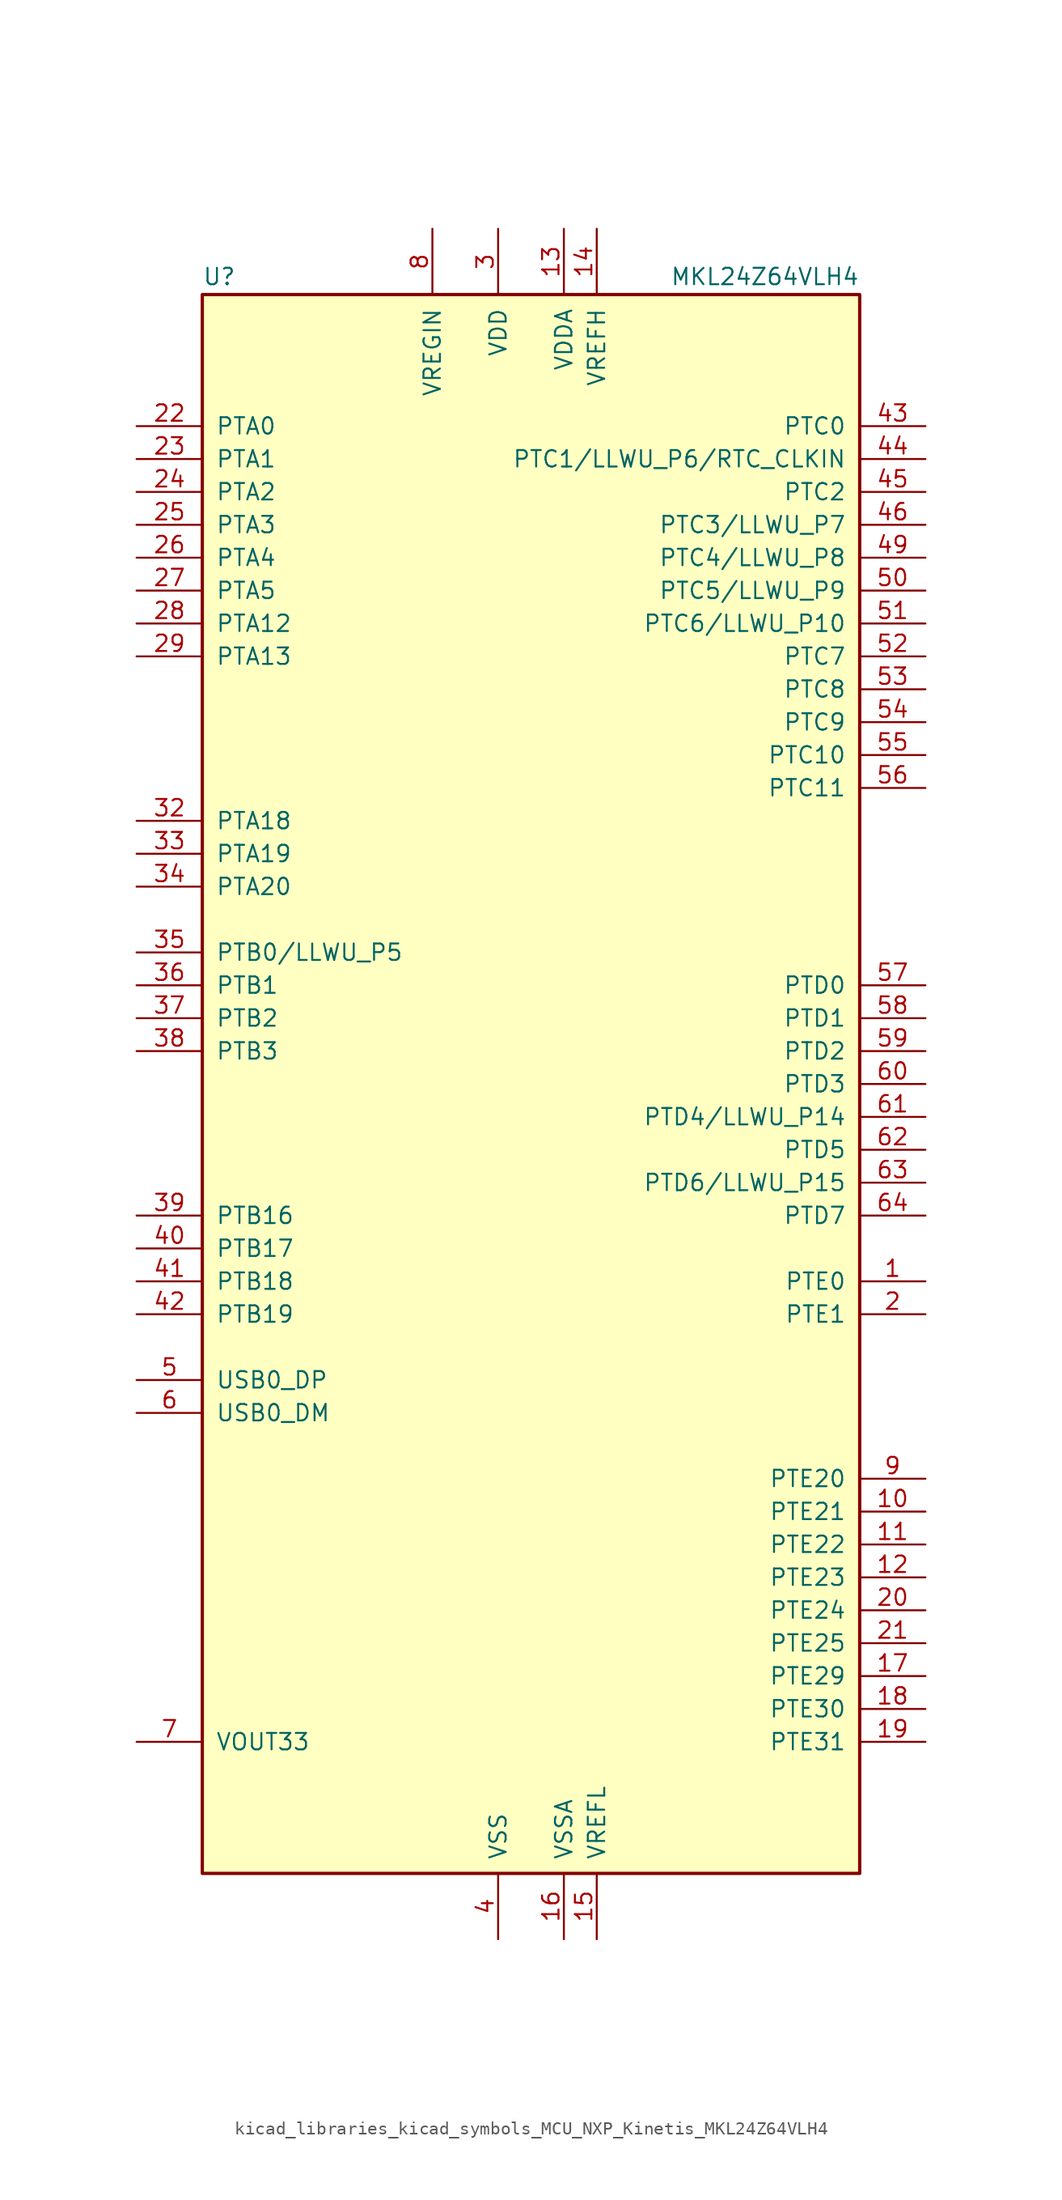
<source format=kicad_sym>
(kicad_symbol_lib
  (version 20220914)
  (generator kicad_symbol_editor)
  (symbol "kicad_libraries_kicad_symbols_MCU_NXP_Kinetis_MKL24Z64VLH4"
    (pin_names
      (offset 1.016))
    (property "Reference" "U"
      (at -25.4 61.595 0)
      (effects (font (size 1.27 1.27)) (justify left bottom)))
    (property "Value" "MKL24Z64VLH4"
      (at 25.4 61.595 0)
      (effects (font (size 1.27 1.27)) (justify right bottom)))
    (symbol "kicad_libraries_kicad_symbols_MCU_NXP_Kinetis_MKL24Z64VLH4_0_1"
      (rectangle (start -25.4 60.96) (end 25.4 -60.96) (stroke (width 0.254) (type default)) (fill (type background))))
    (symbol "kicad_libraries_kicad_symbols_MCU_NXP_Kinetis_MKL24Z64VLH4_1_1"
      (pin bidirectional line (at 30.48 -15.24 180) (length 5.08) (name "PTE0" (effects (font (size 1.27 1.27)))) (number "1" (effects (font (size 1.27 1.27)))))
      (pin bidirectional line (at 30.48 -33.02 180) (length 5.08) (name "PTE21" (effects (font (size 1.27 1.27)))) (number "10" (effects (font (size 1.27 1.27)))))
      (pin bidirectional line (at 30.48 -35.56 180) (length 5.08) (name "PTE22" (effects (font (size 1.27 1.27)))) (number "11" (effects (font (size 1.27 1.27)))))
      (pin bidirectional line (at 30.48 -38.1 180) (length 5.08) (name "PTE23" (effects (font (size 1.27 1.27)))) (number "12" (effects (font (size 1.27 1.27)))))
      (pin power_in line (at 2.54 66.04 270) (length 5.08) (name "VDDA" (effects (font (size 1.27 1.27)))) (number "13" (effects (font (size 1.27 1.27)))))
      (pin power_in line (at 5.08 66.04 270) (length 5.08) (name "VREFH" (effects (font (size 1.27 1.27)))) (number "14" (effects (font (size 1.27 1.27)))))
      (pin power_in line (at 5.08 -66.04 90) (length 5.08) (name "VREFL" (effects (font (size 1.27 1.27)))) (number "15" (effects (font (size 1.27 1.27)))))
      (pin power_in line (at 2.54 -66.04 90) (length 5.08) (name "VSSA" (effects (font (size 1.27 1.27)))) (number "16" (effects (font (size 1.27 1.27)))))
      (pin bidirectional line (at 30.48 -45.72 180) (length 5.08) (name "PTE29" (effects (font (size 1.27 1.27)))) (number "17" (effects (font (size 1.27 1.27)))))
      (pin bidirectional line (at 30.48 -48.26 180) (length 5.08) (name "PTE30" (effects (font (size 1.27 1.27)))) (number "18" (effects (font (size 1.27 1.27)))))
      (pin bidirectional line (at 30.48 -50.8 180) (length 5.08) (name "PTE31" (effects (font (size 1.27 1.27)))) (number "19" (effects (font (size 1.27 1.27)))))
      (pin bidirectional line (at 30.48 -17.78 180) (length 5.08) (name "PTE1" (effects (font (size 1.27 1.27)))) (number "2" (effects (font (size 1.27 1.27)))))
      (pin bidirectional line (at 30.48 -40.64 180) (length 5.08) (name "PTE24" (effects (font (size 1.27 1.27)))) (number "20" (effects (font (size 1.27 1.27)))))
      (pin bidirectional line (at 30.48 -43.18 180) (length 5.08) (name "PTE25" (effects (font (size 1.27 1.27)))) (number "21" (effects (font (size 1.27 1.27)))))
      (pin bidirectional line (at -30.48 50.8 0) (length 5.08) (name "PTA0" (effects (font (size 1.27 1.27)))) (number "22" (effects (font (size 1.27 1.27)))))
      (pin bidirectional line (at -30.48 48.26 0) (length 5.08) (name "PTA1" (effects (font (size 1.27 1.27)))) (number "23" (effects (font (size 1.27 1.27)))))
      (pin bidirectional line (at -30.48 45.72 0) (length 5.08) (name "PTA2" (effects (font (size 1.27 1.27)))) (number "24" (effects (font (size 1.27 1.27)))))
      (pin bidirectional line (at -30.48 43.18 0) (length 5.08) (name "PTA3" (effects (font (size 1.27 1.27)))) (number "25" (effects (font (size 1.27 1.27)))))
      (pin bidirectional line (at -30.48 40.64 0) (length 5.08) (name "PTA4" (effects (font (size 1.27 1.27)))) (number "26" (effects (font (size 1.27 1.27)))))
      (pin bidirectional line (at -30.48 38.1 0) (length 5.08) (name "PTA5" (effects (font (size 1.27 1.27)))) (number "27" (effects (font (size 1.27 1.27)))))
      (pin bidirectional line (at -30.48 35.56 0) (length 5.08) (name "PTA12" (effects (font (size 1.27 1.27)))) (number "28" (effects (font (size 1.27 1.27)))))
      (pin bidirectional line (at -30.48 33.02 0) (length 5.08) (name "PTA13" (effects (font (size 1.27 1.27)))) (number "29" (effects (font (size 1.27 1.27)))))
      (pin power_in line (at -2.54 66.04 270) (length 5.08) (name "VDD" (effects (font (size 1.27 1.27)))) (number "3" (effects (font (size 1.27 1.27)))))
      (pin passive line (at -2.54 66.04 270) (length 5.08) hide (name "VDD" (effects (font (size 1.27 1.27)))) (number "30" (effects (font (size 1.27 1.27)))))
      (pin passive line (at -2.54 -66.04 90) (length 5.08) hide (name "VSS" (effects (font (size 1.27 1.27)))) (number "31" (effects (font (size 1.27 1.27)))))
      (pin bidirectional line (at -30.48 20.32 0) (length 5.08) (name "PTA18" (effects (font (size 1.27 1.27)))) (number "32" (effects (font (size 1.27 1.27)))))
      (pin bidirectional line (at -30.48 17.78 0) (length 5.08) (name "PTA19" (effects (font (size 1.27 1.27)))) (number "33" (effects (font (size 1.27 1.27)))))
      (pin bidirectional line (at -30.48 15.24 0) (length 5.08) (name "PTA20" (effects (font (size 1.27 1.27)))) (number "34" (effects (font (size 1.27 1.27)))))
      (pin bidirectional line (at -30.48 10.16 0) (length 5.08) (name "PTB0/LLWU_P5" (effects (font (size 1.27 1.27)))) (number "35" (effects (font (size 1.27 1.27)))))
      (pin bidirectional line (at -30.48 7.62 0) (length 5.08) (name "PTB1" (effects (font (size 1.27 1.27)))) (number "36" (effects (font (size 1.27 1.27)))))
      (pin bidirectional line (at -30.48 5.08 0) (length 5.08) (name "PTB2" (effects (font (size 1.27 1.27)))) (number "37" (effects (font (size 1.27 1.27)))))
      (pin bidirectional line (at -30.48 2.54 0) (length 5.08) (name "PTB3" (effects (font (size 1.27 1.27)))) (number "38" (effects (font (size 1.27 1.27)))))
      (pin bidirectional line (at -30.48 -10.16 0) (length 5.08) (name "PTB16" (effects (font (size 1.27 1.27)))) (number "39" (effects (font (size 1.27 1.27)))))
      (pin power_in line (at -2.54 -66.04 90) (length 5.08) (name "VSS" (effects (font (size 1.27 1.27)))) (number "4" (effects (font (size 1.27 1.27)))))
      (pin bidirectional line (at -30.48 -12.7 0) (length 5.08) (name "PTB17" (effects (font (size 1.27 1.27)))) (number "40" (effects (font (size 1.27 1.27)))))
      (pin bidirectional line (at -30.48 -15.24 0) (length 5.08) (name "PTB18" (effects (font (size 1.27 1.27)))) (number "41" (effects (font (size 1.27 1.27)))))
      (pin bidirectional line (at -30.48 -17.78 0) (length 5.08) (name "PTB19" (effects (font (size 1.27 1.27)))) (number "42" (effects (font (size 1.27 1.27)))))
      (pin bidirectional line (at 30.48 50.8 180) (length 5.08) (name "PTC0" (effects (font (size 1.27 1.27)))) (number "43" (effects (font (size 1.27 1.27)))))
      (pin bidirectional line (at 30.48 48.26 180) (length 5.08) (name "PTC1/LLWU_P6/RTC_CLKIN" (effects (font (size 1.27 1.27)))) (number "44" (effects (font (size 1.27 1.27)))))
      (pin bidirectional line (at 30.48 45.72 180) (length 5.08) (name "PTC2" (effects (font (size 1.27 1.27)))) (number "45" (effects (font (size 1.27 1.27)))))
      (pin bidirectional line (at 30.48 43.18 180) (length 5.08) (name "PTC3/LLWU_P7" (effects (font (size 1.27 1.27)))) (number "46" (effects (font (size 1.27 1.27)))))
      (pin passive line (at -2.54 -66.04 90) (length 5.08) hide (name "VSS" (effects (font (size 1.27 1.27)))) (number "47" (effects (font (size 1.27 1.27)))))
      (pin passive line (at -2.54 66.04 270) (length 5.08) hide (name "VDD" (effects (font (size 1.27 1.27)))) (number "48" (effects (font (size 1.27 1.27)))))
      (pin bidirectional line (at 30.48 40.64 180) (length 5.08) (name "PTC4/LLWU_P8" (effects (font (size 1.27 1.27)))) (number "49" (effects (font (size 1.27 1.27)))))
      (pin bidirectional line (at -30.48 -22.86 0) (length 5.08) (name "USB0_DP" (effects (font (size 1.27 1.27)))) (number "5" (effects (font (size 1.27 1.27)))))
      (pin bidirectional line (at 30.48 38.1 180) (length 5.08) (name "PTC5/LLWU_P9" (effects (font (size 1.27 1.27)))) (number "50" (effects (font (size 1.27 1.27)))))
      (pin bidirectional line (at 30.48 35.56 180) (length 5.08) (name "PTC6/LLWU_P10" (effects (font (size 1.27 1.27)))) (number "51" (effects (font (size 1.27 1.27)))))
      (pin bidirectional line (at 30.48 33.02 180) (length 5.08) (name "PTC7" (effects (font (size 1.27 1.27)))) (number "52" (effects (font (size 1.27 1.27)))))
      (pin bidirectional line (at 30.48 30.48 180) (length 5.08) (name "PTC8" (effects (font (size 1.27 1.27)))) (number "53" (effects (font (size 1.27 1.27)))))
      (pin bidirectional line (at 30.48 27.94 180) (length 5.08) (name "PTC9" (effects (font (size 1.27 1.27)))) (number "54" (effects (font (size 1.27 1.27)))))
      (pin bidirectional line (at 30.48 25.4 180) (length 5.08) (name "PTC10" (effects (font (size 1.27 1.27)))) (number "55" (effects (font (size 1.27 1.27)))))
      (pin bidirectional line (at 30.48 22.86 180) (length 5.08) (name "PTC11" (effects (font (size 1.27 1.27)))) (number "56" (effects (font (size 1.27 1.27)))))
      (pin bidirectional line (at 30.48 7.62 180) (length 5.08) (name "PTD0" (effects (font (size 1.27 1.27)))) (number "57" (effects (font (size 1.27 1.27)))))
      (pin bidirectional line (at 30.48 5.08 180) (length 5.08) (name "PTD1" (effects (font (size 1.27 1.27)))) (number "58" (effects (font (size 1.27 1.27)))))
      (pin bidirectional line (at 30.48 2.54 180) (length 5.08) (name "PTD2" (effects (font (size 1.27 1.27)))) (number "59" (effects (font (size 1.27 1.27)))))
      (pin bidirectional line (at -30.48 -25.4 0) (length 5.08) (name "USB0_DM" (effects (font (size 1.27 1.27)))) (number "6" (effects (font (size 1.27 1.27)))))
      (pin bidirectional line (at 30.48 0 180) (length 5.08) (name "PTD3" (effects (font (size 1.27 1.27)))) (number "60" (effects (font (size 1.27 1.27)))))
      (pin bidirectional line (at 30.48 -2.54 180) (length 5.08) (name "PTD4/LLWU_P14" (effects (font (size 1.27 1.27)))) (number "61" (effects (font (size 1.27 1.27)))))
      (pin bidirectional line (at 30.48 -5.08 180) (length 5.08) (name "PTD5" (effects (font (size 1.27 1.27)))) (number "62" (effects (font (size 1.27 1.27)))))
      (pin bidirectional line (at 30.48 -7.62 180) (length 5.08) (name "PTD6/LLWU_P15" (effects (font (size 1.27 1.27)))) (number "63" (effects (font (size 1.27 1.27)))))
      (pin bidirectional line (at 30.48 -10.16 180) (length 5.08) (name "PTD7" (effects (font (size 1.27 1.27)))) (number "64" (effects (font (size 1.27 1.27)))))
      (pin power_out line (at -30.48 -50.8 0) (length 5.08) (name "VOUT33" (effects (font (size 1.27 1.27)))) (number "7" (effects (font (size 1.27 1.27)))))
      (pin power_in line (at -7.62 66.04 270) (length 5.08) (name "VREGIN" (effects (font (size 1.27 1.27)))) (number "8" (effects (font (size 1.27 1.27)))))
      (pin bidirectional line (at 30.48 -30.48 180) (length 5.08) (name "PTE20" (effects (font (size 1.27 1.27)))) (number "9" (effects (font (size 1.27 1.27))))))))
</source>
